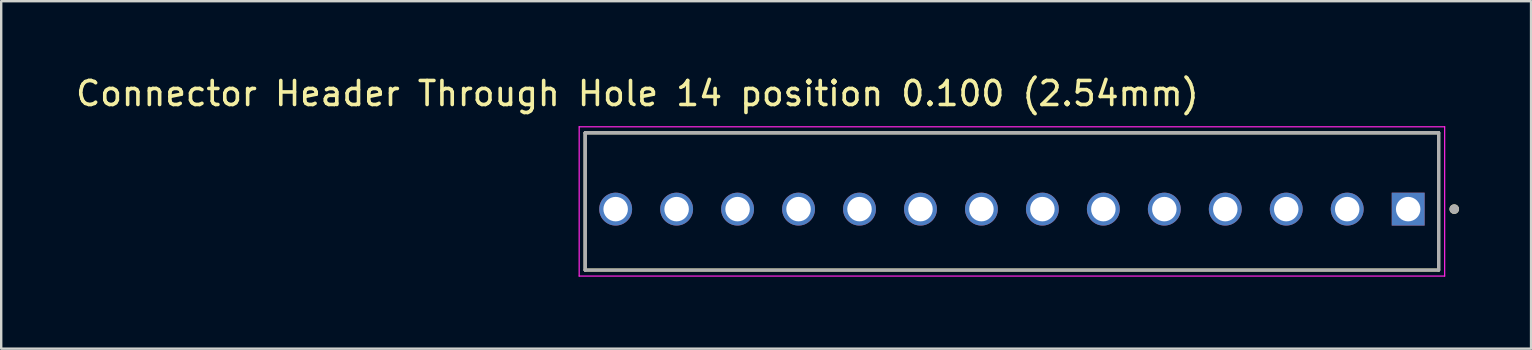
<source format=kicad_pcb>
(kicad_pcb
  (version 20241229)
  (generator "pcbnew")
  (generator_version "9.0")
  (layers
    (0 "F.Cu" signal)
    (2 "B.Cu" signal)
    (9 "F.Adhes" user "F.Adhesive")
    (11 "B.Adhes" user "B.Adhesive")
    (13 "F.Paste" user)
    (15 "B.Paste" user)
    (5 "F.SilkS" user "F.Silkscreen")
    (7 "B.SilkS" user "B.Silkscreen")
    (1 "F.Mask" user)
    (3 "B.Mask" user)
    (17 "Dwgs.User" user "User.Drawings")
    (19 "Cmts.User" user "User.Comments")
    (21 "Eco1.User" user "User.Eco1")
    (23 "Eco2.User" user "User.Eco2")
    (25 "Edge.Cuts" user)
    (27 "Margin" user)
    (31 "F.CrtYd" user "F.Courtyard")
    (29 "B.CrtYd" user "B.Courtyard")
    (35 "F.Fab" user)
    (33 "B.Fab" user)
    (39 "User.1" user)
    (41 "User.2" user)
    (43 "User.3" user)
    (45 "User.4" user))
  (footprint "Connector Header Through Hole 14 position 0.100 (2.54mm)"
    (layer "F.Cu")
    (at 55.621 5.663)
    (property "Reference" "Connector Header Through Hole 14 position 0.100 (2.54mm)" (at -32.115 -4.815 0) (layer "F.SilkS") (effects (font (size 1 1) (thickness 0.15))))
    (attr through_hole)
    (fp_line (start -34.29 2.54) (end -34.29 -3.18) (stroke (width 0.127) (type solid)) (layer "F.SilkS"))
    (fp_line (start 1.27 -3.18) (end -34.29 -3.18) (stroke (width 0.127) (type solid)) (layer "F.SilkS"))
    (fp_line (start 1.27 -3.18) (end 1.27 2.54) (stroke (width 0.127) (type solid)) (layer "F.SilkS"))
    (fp_line (start 1.27 2.54) (end -34.29 2.54) (stroke (width 0.127) (type solid)) (layer "F.SilkS"))
    (fp_circle (center 1.92 0) (end 2.02 0) (stroke (width 0.2) (type solid)) (fill no) (layer "F.SilkS"))
    (fp_line (start -34.54 -3.43) (end 1.52 -3.43) (stroke (width 0.05) (type solid)) (layer "F.CrtYd"))
    (fp_line (start -34.54 2.79) (end -34.54 -3.43) (stroke (width 0.05) (type solid)) (layer "F.CrtYd"))
    (fp_line (start 1.52 -3.43) (end 1.52 2.79) (stroke (width 0.05) (type solid)) (layer "F.CrtYd"))
    (fp_line (start 1.52 2.79) (end -34.54 2.79) (stroke (width 0.05) (type solid)) (layer "F.CrtYd"))
    (fp_line (start -34.29 -3.18) (end 1.27 -3.18) (stroke (width 0.127) (type solid)) (layer "F.Fab"))
    (fp_line (start -34.29 -3.18) (end 1.27 -3.18) (stroke (width 0.127) (type solid)) (layer "F.Fab"))
    (fp_line (start -34.29 2.54) (end -34.29 -3.18) (stroke (width 0.127) (type solid)) (layer "F.Fab"))
    (fp_line (start -34.29 2.54) (end -34.29 -3.18) (stroke (width 0.127) (type solid)) (layer "F.Fab"))
    (fp_line (start 1.27 -3.18) (end 1.27 2.54) (stroke (width 0.127) (type solid)) (layer "F.Fab"))
    (fp_line (start 1.27 -3.18) (end 1.27 2.54) (stroke (width 0.127) (type solid)) (layer "F.Fab"))
    (fp_line (start 1.27 2.54) (end -34.29 2.54) (stroke (width 0.127) (type solid)) (layer "F.Fab"))
    (fp_circle (center 1.92 0) (end 2.02 0) (stroke (width 0.2) (type solid)) (fill no) (layer "F.Fab"))
    (pad "1" thru_hole rect (at 0 0) (size 1.37 1.37) (drill 1.02) (layers "*.Cu" "*.Mask"))
    (pad "2" thru_hole circle (at -2.54 0) (size 1.37 1.37) (drill 1.02) (layers "*.Cu" "*.Mask"))
    (pad "3" thru_hole circle (at -5.08 0) (size 1.37 1.37) (drill 1.02) (layers "*.Cu" "*.Mask"))
    (pad "4" thru_hole circle (at -7.62 0) (size 1.37 1.37) (drill 1.02) (layers "*.Cu" "*.Mask"))
    (pad "5" thru_hole circle (at -10.16 0) (size 1.37 1.37) (drill 1.02) (layers "*.Cu" "*.Mask"))
    (pad "6" thru_hole circle (at -12.7 0) (size 1.37 1.37) (drill 1.02) (layers "*.Cu" "*.Mask"))
    (pad "7" thru_hole circle (at -15.24 0) (size 1.37 1.37) (drill 1.02) (layers "*.Cu" "*.Mask"))
    (pad "8" thru_hole circle (at -17.78 0) (size 1.37 1.37) (drill 1.02) (layers "*.Cu" "*.Mask"))
    (pad "9" thru_hole circle (at -20.32 0) (size 1.37 1.37) (drill 1.02) (layers "*.Cu" "*.Mask"))
    (pad "10" thru_hole circle (at -22.86 0) (size 1.37 1.37) (drill 1.02) (layers "*.Cu" "*.Mask"))
    (pad "11" thru_hole circle (at -25.4 0) (size 1.37 1.37) (drill 1.02) (layers "*.Cu" "*.Mask"))
    (pad "12" thru_hole circle (at -27.94 0) (size 1.37 1.37) (drill 1.02) (layers "*.Cu" "*.Mask"))
    (pad "13" thru_hole circle (at -30.48 0) (size 1.37 1.37) (drill 1.02) (layers "*.Cu" "*.Mask"))
    (pad "14" thru_hole circle (at -33.02 0) (size 1.37 1.37) (drill 1.02) (layers "*.Cu" "*.Mask")))
  (gr_rect
    (start -3 -3)
    (end 60.741 11.478)
    (stroke (width 0.1) (type default))
    (fill no)
    (layer "Edge.Cuts")))
</source>
